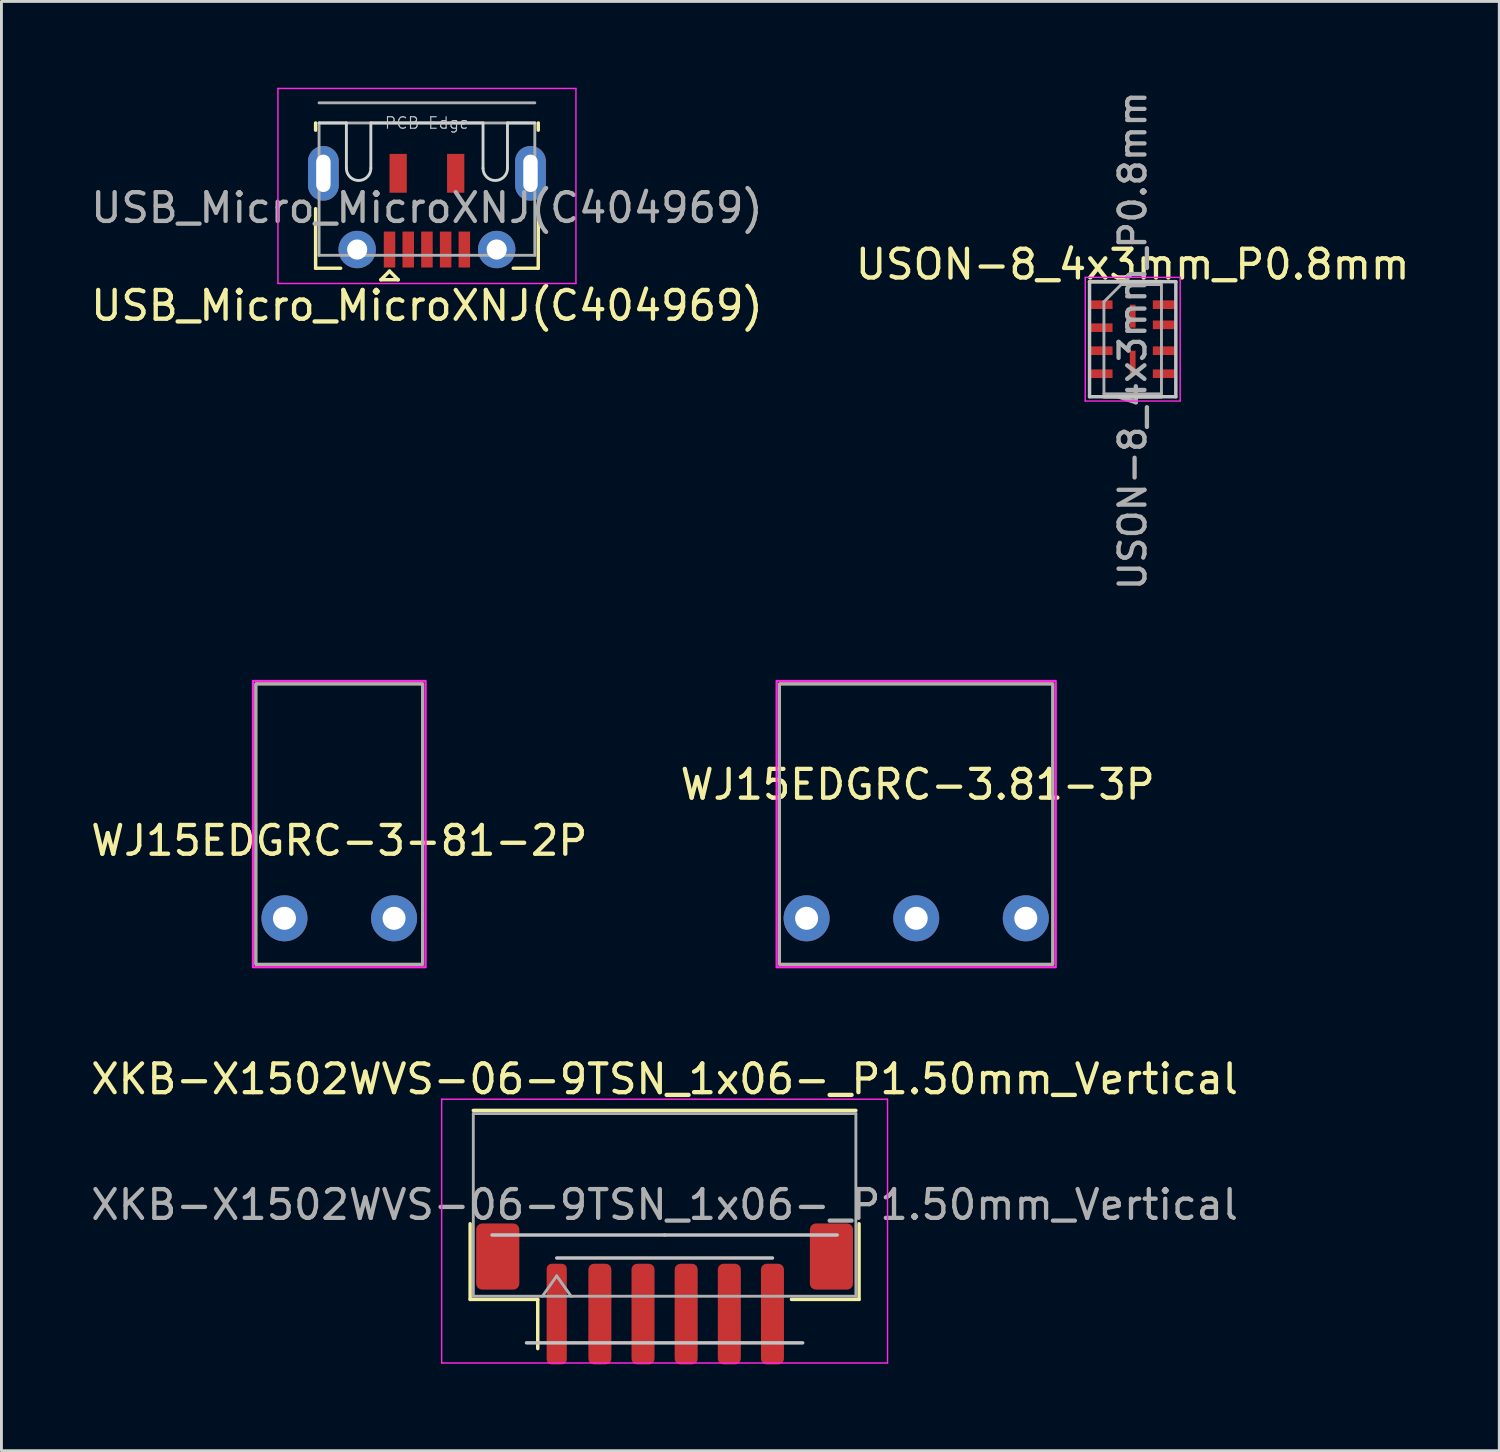
<source format=kicad_pcb>
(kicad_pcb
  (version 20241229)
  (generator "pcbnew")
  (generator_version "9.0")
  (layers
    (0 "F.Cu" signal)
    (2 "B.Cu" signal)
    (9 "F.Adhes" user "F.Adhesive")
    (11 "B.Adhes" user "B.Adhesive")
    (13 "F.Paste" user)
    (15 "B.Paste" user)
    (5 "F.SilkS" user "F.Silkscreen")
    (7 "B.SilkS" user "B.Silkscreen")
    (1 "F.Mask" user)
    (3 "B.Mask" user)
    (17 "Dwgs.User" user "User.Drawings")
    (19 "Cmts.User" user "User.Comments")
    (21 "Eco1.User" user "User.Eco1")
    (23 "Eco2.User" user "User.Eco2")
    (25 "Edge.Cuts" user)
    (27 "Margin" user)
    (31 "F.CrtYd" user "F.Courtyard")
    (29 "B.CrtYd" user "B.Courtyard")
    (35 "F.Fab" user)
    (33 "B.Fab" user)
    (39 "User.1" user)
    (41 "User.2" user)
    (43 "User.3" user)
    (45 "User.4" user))
  (footprint "USON-8_4x3mm_P0.8mm"
    (layer "F.Cu")
    (at 36.327 8.742)
    (property "Reference" "USON-8_4x3mm_P0.8mm" (at 0 -2.6 0) (layer "F.SilkS") (effects (font (size 1 1) (thickness 0.15))))
    (attr smd)
    (fp_line (start 1 -2) (end -1.5 -2) (stroke (width 0.12) (type solid)) (layer "F.SilkS"))
    (fp_line (start 1 2) (end -1 2) (stroke (width 0.12) (type solid)) (layer "F.SilkS"))
    (fp_line (start -1.5 -2) (end -1.5 2) (stroke (width 0.12) (type solid)) (layer "Dwgs.User"))
    (fp_line (start -1.5 2) (end 1.5 2) (stroke (width 0.12) (type solid)) (layer "Dwgs.User"))
    (fp_line (start 1.5 -2) (end -1.5 -2) (stroke (width 0.12) (type solid)) (layer "Dwgs.User"))
    (fp_line (start 1.5 2) (end 1.5 -2) (stroke (width 0.12) (type solid)) (layer "Dwgs.User"))
    (fp_line (start -1.65 -2.15) (end 1.65 -2.15) (stroke (width 0.05) (type solid)) (layer "F.CrtYd"))
    (fp_line (start -1.65 2.15) (end -1.65 -2.15) (stroke (width 0.05) (type solid)) (layer "F.CrtYd"))
    (fp_line (start 1.65 -2.15) (end 1.65 2.15) (stroke (width 0.05) (type solid)) (layer "F.CrtYd"))
    (fp_line (start 1.65 2.15) (end -1.65 2.15) (stroke (width 0.05) (type solid)) (layer "F.CrtYd"))
    (fp_line (start -1 1.9) (end -1 -1.3) (stroke (width 0.1) (type solid)) (layer "F.Fab"))
    (fp_line (start -0.4 -1.9) (end -1 -1.3) (stroke (width 0.1) (type solid)) (layer "F.Fab"))
    (fp_line (start -0.4 -1.9) (end 1 -1.9) (stroke (width 0.1) (type solid)) (layer "F.Fab"))
    (fp_line (start 1 -1.9) (end 1 1.9) (stroke (width 0.1) (type solid)) (layer "F.Fab"))
    (fp_line (start 1 1.9) (end -1 1.9) (stroke (width 0.1) (type solid)) (layer "F.Fab"))
    (fp_text user "${REFERENCE}" (at 0 0.05 90) (layer "F.Fab") (effects (font (size 0.9 0.9) (thickness 0.15))))
    (pad "" smd rect (at 0 -0.8 180) (size 0.2 0.8) (property pad_prop_heatsink) (layers "F.Cu" "F.Mask"))
    (pad "" smd rect (at 0 0.8 180) (size 0.2 0.8) (property pad_prop_heatsink) (layers "F.Cu" "F.Mask"))
    (pad "1" smd rect (at -1.1 -1.2 90) (size 0.3 0.8) (layers "F.Cu" "F.Mask" "F.Paste"))
    (pad "2" smd rect (at -1.1 -0.4 90) (size 0.3 0.8) (layers "F.Cu" "F.Mask" "F.Paste"))
    (pad "3" smd rect (at -1.1 0.4 90) (size 0.3 0.8) (layers "F.Cu" "F.Mask" "F.Paste"))
    (pad "4" smd rect (at -1.1 1.2 90) (size 0.3 0.8) (layers "F.Cu" "F.Mask" "F.Paste"))
    (pad "5" smd rect (at 1.1 1.2 90) (size 0.3 0.8) (layers "F.Cu" "F.Mask" "F.Paste"))
    (pad "6" smd rect (at 1.1 0.4 90) (size 0.3 0.8) (layers "F.Cu" "F.Mask" "F.Paste"))
    (pad "7" smd rect (at 1.1 -0.5 90) (size 0.3 0.8) (layers "F.Cu" "F.Mask" "F.Paste"))
    (pad "8" smd rect (at 1.1 -1.2 90) (size 0.3 0.8) (layers "F.Cu" "F.Mask" "F.Paste")))
  (footprint "WJ15EDGRC-3-81-2P"
    (layer "F.Cu")
    (at 8.744 28.874)
    (property "Reference" "WJ15EDGRC-3-81-2P" (at 0 -2.7 0) (unlocked yes) (layer "F.SilkS") (effects (font (size 1 1) (thickness 0.15))))
    (attr through_hole)
    (fp_rect (start -2.9 -8.15) (end 2.9 1.6) (stroke (width 0.1) (type solid)) (fill no) (layer "F.SilkS"))
    (fp_rect (start -3 1.7) (end 3 -8.25) (stroke (width 0.08) (type solid)) (fill no) (layer "F.CrtYd"))
    (fp_rect (start -2.9 1.6) (end 2.9 -8.15) (stroke (width 0.1) (type solid)) (fill no) (layer "F.Fab"))
    (pad "1" thru_hole circle (at -1.905 0) (size 1.6 1.6) (drill 0.8) (layers "*.Cu" "*.Mask"))
    (pad "2" thru_hole circle (at 1.905 0) (size 1.6 1.6) (drill 0.8) (layers "*.Cu" "*.Mask")))
  (footprint "WJ15EDGRC-3.81-3P"
    (layer "F.Cu")
    (at 28.801 28.874)
    (property "Reference" "WJ15EDGRC-3.81-3P" (at 0.05 -4.65 0) (unlocked yes) (layer "F.SilkS") (effects (font (size 1 1) (thickness 0.15))))
    (attr through_hole)
    (fp_rect (start -4.75 -8.15) (end 4.75 1.6) (stroke (width 0.1) (type solid)) (fill no) (layer "F.SilkS"))
    (fp_rect (start -4.85 1.7) (end 4.85 -8.25) (stroke (width 0.08) (type solid)) (fill no) (layer "F.CrtYd"))
    (fp_rect (start -4.75 1.6) (end 4.75 -8.15) (stroke (width 0.1) (type solid)) (fill no) (layer "F.Fab"))
    (pad "1" thru_hole circle (at -3.81 0) (size 1.6 1.6) (drill 0.8) (layers "*.Cu" "*.Mask"))
    (pad "2" thru_hole circle (at 0 0) (size 1.6 1.6) (drill 0.8) (layers "*.Cu" "*.Mask"))
    (pad "3" thru_hole circle (at 3.81 0) (size 1.6 1.6) (drill 0.8) (layers "*.Cu" "*.Mask")))
  (footprint "XKB-X1502WVS-06-9TSN_1x06-_P1.50mm_Vertical"
    (layer "F.Cu")
    (at 20.054 39.883)
    (property "Reference" "XKB-X1502WVS-06-9TSN_1x06-_P1.50mm_Vertical" (at 0 -5.42 0) (layer "F.SilkS") (effects (font (size 1 1) (thickness 0.15))))
    (attr smd)
    (fp_line (start -6.76 -0.39) (end -6.76 2.24) (stroke (width 0.12) (type solid)) (layer "F.SilkS"))
    (fp_line (start -6.76 2.24) (end -4.41 2.24) (stroke (width 0.12) (type solid)) (layer "F.SilkS"))
    (fp_line (start -6.65 -4.33) (end 6.65 -4.33) (stroke (width 0.12) (type solid)) (layer "F.SilkS"))
    (fp_line (start -4.41 2.24) (end -4.41 3.95) (stroke (width 0.12) (type solid)) (layer "F.SilkS"))
    (fp_line (start 6.76 -0.39) (end 6.76 2.24) (stroke (width 0.12) (type solid)) (layer "F.SilkS"))
    (fp_line (start 6.76 2.24) (end 4.41 2.24) (stroke (width 0.12) (type solid)) (layer "F.SilkS"))
    (fp_line (start -4.8 3.75) (end 4.8 3.75) (stroke (width 0.12) (type solid)) (layer "Dwgs.User"))
    (fp_line (start -3.75 0.8) (end 3.75 0.8) (stroke (width 0.12) (type solid)) (layer "Dwgs.User"))
    (fp_line (start 0 0) (end -6 0) (stroke (width 0.12) (type solid)) (layer "Dwgs.User"))
    (fp_line (start 0 0) (end 6 0) (stroke (width 0.12) (type solid)) (layer "Dwgs.User"))
    (fp_line (start -7.75 -4.72) (end -7.75 4.45) (stroke (width 0.05) (type solid)) (layer "F.CrtYd"))
    (fp_line (start -7.75 4.45) (end 7.75 4.45) (stroke (width 0.05) (type solid)) (layer "F.CrtYd"))
    (fp_line (start 7.75 -4.72) (end -7.75 -4.72) (stroke (width 0.05) (type solid)) (layer "F.CrtYd"))
    (fp_line (start 7.75 4.45) (end 7.75 -4.72) (stroke (width 0.05) (type solid)) (layer "F.CrtYd"))
    (fp_line (start -6.65 -4.22) (end 6.65 -4.22) (stroke (width 0.1) (type solid)) (layer "F.Fab"))
    (fp_line (start -6.65 2.13) (end -6.65 -4.22) (stroke (width 0.1) (type solid)) (layer "F.Fab"))
    (fp_line (start -6.65 2.13) (end 6.65 2.13) (stroke (width 0.1) (type solid)) (layer "F.Fab"))
    (fp_line (start -4.25 2.13) (end -3.75 1.423) (stroke (width 0.1) (type solid)) (layer "F.Fab"))
    (fp_line (start -3.75 1.423) (end -3.25 2.13) (stroke (width 0.1) (type solid)) (layer "F.Fab"))
    (fp_line (start 6.65 2.13) (end 6.65 -4.22) (stroke (width 0.1) (type solid)) (layer "F.Fab"))
    (fp_text user "${REFERENCE}" (at 0 -1.05 0) (layer "F.Fab") (effects (font (size 1 1) (thickness 0.15))))
    (pad "1" smd roundrect (at -3.75 2.75) (size 0.7 3.5) (layers "F.Cu" "F.Mask" "F.Paste") (roundrect_rratio 0.25))
    (pad "2" smd roundrect (at -2.25 2.75) (size 0.8 3.5) (layers "F.Cu" "F.Mask" "F.Paste") (roundrect_rratio 0.25))
    (pad "3" smd roundrect (at -0.75 2.75) (size 0.8 3.5) (layers "F.Cu" "F.Mask" "F.Paste") (roundrect_rratio 0.25))
    (pad "4" smd roundrect (at 0.75 2.75) (size 0.8 3.5) (layers "F.Cu" "F.Mask" "F.Paste") (roundrect_rratio 0.25))
    (pad "5" smd roundrect (at 2.25 2.75) (size 0.8 3.5) (layers "F.Cu" "F.Mask" "F.Paste") (roundrect_rratio 0.25))
    (pad "6" smd roundrect (at 3.75 2.75) (size 0.8 3.5) (layers "F.Cu" "F.Mask" "F.Paste") (roundrect_rratio 0.25))
    (pad "MP" smd roundrect (at -5.8 0.75) (size 1.5 2.3) (layers "F.Cu" "F.Mask" "F.Paste") (roundrect_rratio 0.139))
    (pad "MP" smd roundrect (at 5.8 0.75) (size 1.5 2.3) (layers "F.Cu" "F.Mask" "F.Paste") (roundrect_rratio 0.139)))
  (footprint "USB_Micro_MicroXNJ(C404969)"
    (layer "F.Cu")
    (at 11.792 2.675)
    (property "Reference" "USB_Micro_MicroXNJ(C404969)" (at 0 4.9 0) (layer "F.SilkS") (effects (font (size 1 1) (thickness 0.15))))
    (attr smd)
    (fp_line (start -3.87 -1.2) (end -3.87 -1.45) (stroke (width 0.12) (type solid)) (layer "F.SilkS"))
    (fp_line (start -3.87 3.6) (end -3.87 1.53) (stroke (width 0.12) (type solid)) (layer "F.SilkS"))
    (fp_line (start -3 3.6) (end -3.87 3.6) (stroke (width 0.12) (type solid)) (layer "F.SilkS"))
    (fp_line (start -1.3 3.7) (end -1.6 4) (stroke (width 0.12) (type solid)) (layer "F.SilkS"))
    (fp_line (start -1.3 3.7) (end -1 4) (stroke (width 0.12) (type solid)) (layer "F.SilkS"))
    (fp_line (start -1 4) (end -1.6 4) (stroke (width 0.12) (type solid)) (layer "F.SilkS"))
    (fp_line (start 3.87 -1.2) (end 3.87 -1.45) (stroke (width 0.12) (type solid)) (layer "F.SilkS"))
    (fp_line (start 3.87 3.6) (end 3 3.6) (stroke (width 0.12) (type solid)) (layer "F.SilkS"))
    (fp_line (start 3.87 3.6) (end 3.87 1.53) (stroke (width 0.12) (type solid)) (layer "F.SilkS"))
    (fp_line (start -2.8 -1.45) (end -3.75 -1.45) (stroke (width 0.1) (type solid)) (layer "Edge.Cuts"))
    (fp_line (start -2.8 0.125) (end -2.8 -1.45) (stroke (width 0.1) (type solid)) (layer "Edge.Cuts"))
    (fp_line (start -1.95 0.125) (end -1.95 -1.45) (stroke (width 0.1) (type solid)) (layer "Edge.Cuts"))
    (fp_line (start 1.95 -1.45) (end -1.95 -1.45) (stroke (width 0.1) (type solid)) (layer "Edge.Cuts"))
    (fp_line (start 1.95 0.125) (end 1.95 -1.45) (stroke (width 0.1) (type solid)) (layer "Edge.Cuts"))
    (fp_line (start 2.8 0.125) (end 2.8 -1.45) (stroke (width 0.1) (type solid)) (layer "Edge.Cuts"))
    (fp_line (start 3.75 -1.45) (end 2.8 -1.45) (stroke (width 0.1) (type solid)) (layer "Edge.Cuts"))
    (fp_arc (start -1.95 0.125) (mid -2.375 0.55) (end -2.8 0.125) (stroke (width 0.1) (type solid)) (layer "Edge.Cuts"))
    (fp_arc (start 2.8 0.125) (mid 2.375 0.55) (end 1.95 0.125) (stroke (width 0.1) (type solid)) (layer "Edge.Cuts"))
    (fp_line (start -5.18 4.13) (end -5.18 -2.65) (stroke (width 0.05) (type solid)) (layer "F.CrtYd"))
    (fp_line (start 5.18 -2.65) (end -5.18 -2.65) (stroke (width 0.05) (type solid)) (layer "F.CrtYd"))
    (fp_line (start 5.18 4.13) (end -5.18 4.13) (stroke (width 0.05) (type solid)) (layer "F.CrtYd"))
    (fp_line (start 5.18 4.13) (end 5.18 -2.65) (stroke (width 0.05) (type solid)) (layer "F.CrtYd"))
    (fp_line (start -3.75 3.15) (end -3.75 -1.45) (stroke (width 0.1) (type solid)) (layer "F.Fab"))
    (fp_line (start 3.75 -2.15) (end -3.75 -2.15) (stroke (width 0.1) (type solid)) (layer "F.Fab"))
    (fp_line (start 3.75 -1.45) (end -3.75 -1.45) (stroke (width 0.1) (type solid)) (layer "F.Fab"))
    (fp_line (start 3.75 3.15) (end -3.75 3.15) (stroke (width 0.1) (type solid)) (layer "F.Fab"))
    (fp_line (start 3.75 3.15) (end 3.75 -1.45) (stroke (width 0.1) (type solid)) (layer "F.Fab"))
    (fp_text user "PCB Edge" (at 0 -1.45 180) (layer "Dwgs.User") (effects (font (size 0.4 0.4) (thickness 0.04))))
    (fp_text user "${REFERENCE}" (at 0 1.5 180) (layer "F.Fab") (effects (font (size 1 1) (thickness 0.15))))
    (pad "1" smd rect (at -1.3 2.95 180) (size 0.4 1.25) (layers "F.Cu" "F.Mask" "F.Paste"))
    (pad "2" smd rect (at -0.65 2.95 180) (size 0.4 1.25) (layers "F.Cu" "F.Mask" "F.Paste"))
    (pad "3" smd rect (at 0 2.95 180) (size 0.4 1.25) (layers "F.Cu" "F.Mask" "F.Paste"))
    (pad "4" smd rect (at 0.65 2.95 180) (size 0.4 1.25) (layers "F.Cu" "F.Mask" "F.Paste"))
    (pad "5" smd rect (at 1.3 2.95 180) (size 0.4 1.25) (layers "F.Cu" "F.Mask" "F.Paste"))
    (pad "6" thru_hole oval (at -3.6 0.3) (size 1.07 1.9) (drill oval 0.5 1.3) (layers "*.Cu" "*.Mask"))
    (pad "6" thru_hole circle (at -2.425 2.95 180) (size 1.3 1.3) (drill 0.7) (layers "*.Cu" "*.Mask"))
    (pad "6" smd rect (at -1 0.3 180) (size 0.6 1.35) (layers "F.Cu" "F.Mask" "F.Paste"))
    (pad "6" smd rect (at 1 0.3 180) (size 0.6 1.35) (layers "F.Cu" "F.Mask" "F.Paste"))
    (pad "6" thru_hole circle (at 2.425 2.95 180) (size 1.3 1.3) (drill 0.7) (layers "*.Cu" "*.Mask"))
    (pad "6" thru_hole oval (at 3.6 0.3 180) (size 1.07 1.9) (drill oval 0.5 1.3) (layers "*.Cu" "*.Mask")))
  (gr_rect
    (start -3 -3)
    (end 49.071 47.383)
    (stroke (width 0.1) (type default))
    (fill no)
    (layer "Edge.Cuts")))
</source>
